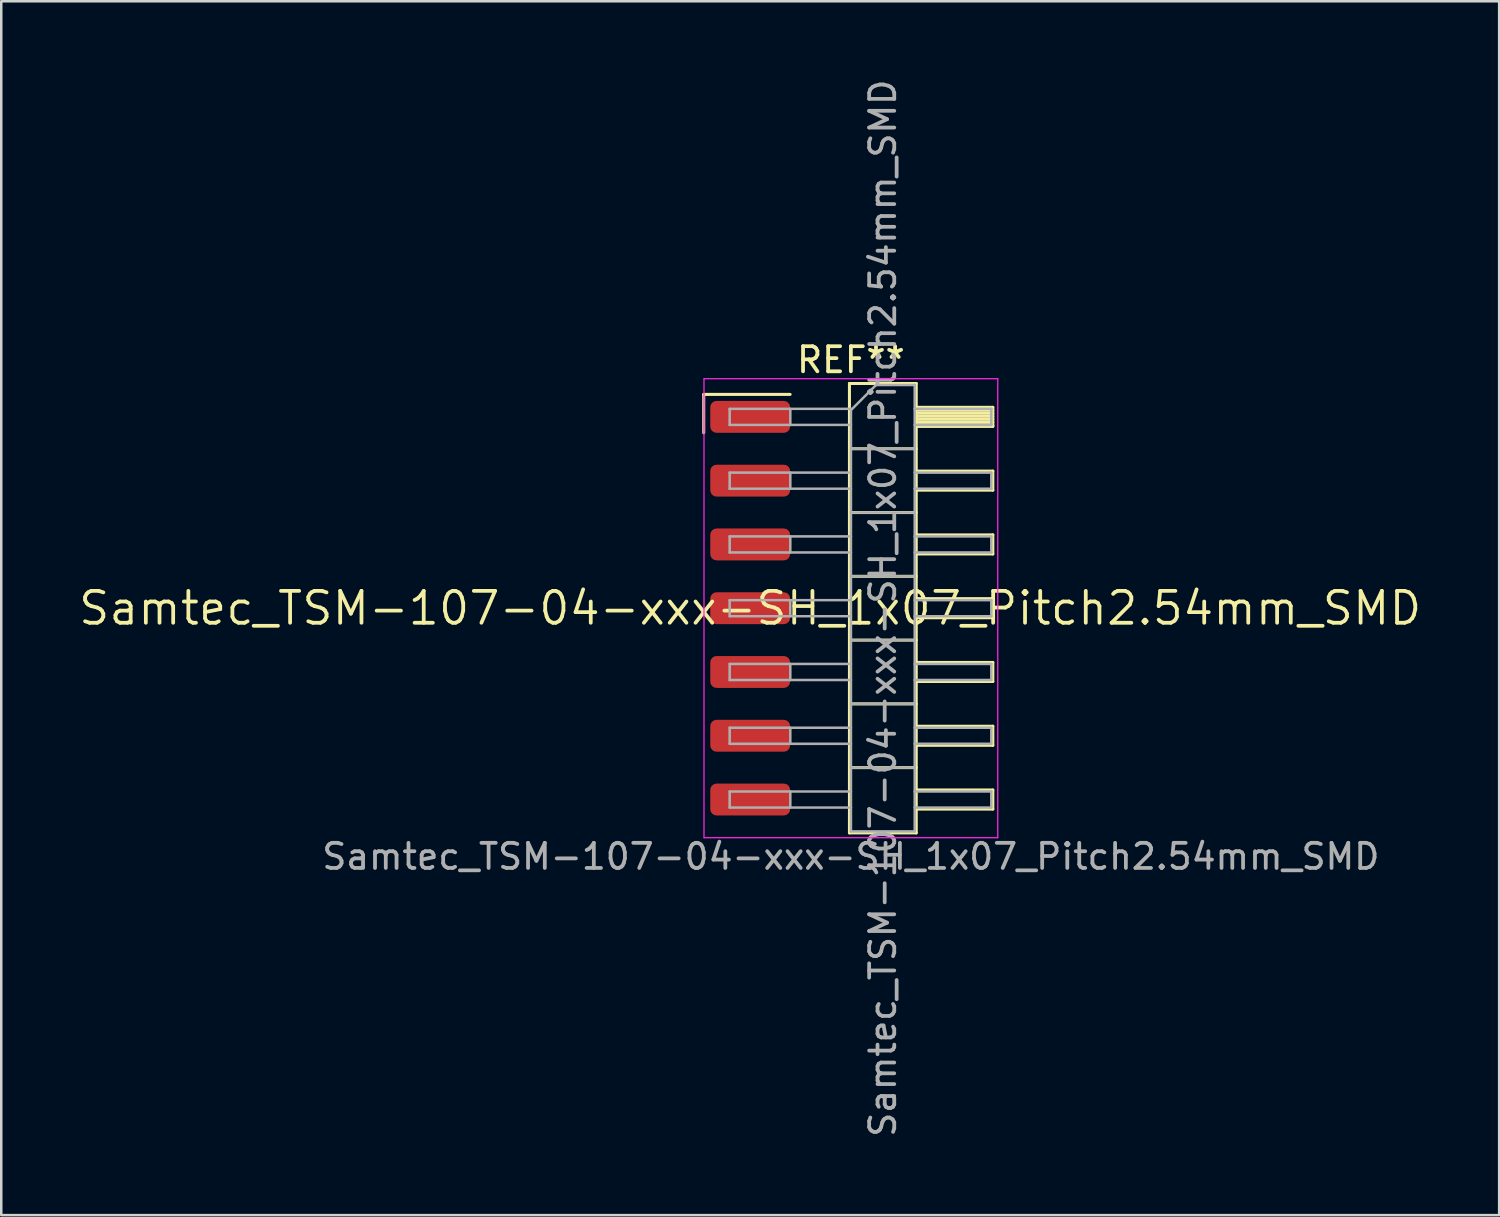
<source format=kicad_pcb>
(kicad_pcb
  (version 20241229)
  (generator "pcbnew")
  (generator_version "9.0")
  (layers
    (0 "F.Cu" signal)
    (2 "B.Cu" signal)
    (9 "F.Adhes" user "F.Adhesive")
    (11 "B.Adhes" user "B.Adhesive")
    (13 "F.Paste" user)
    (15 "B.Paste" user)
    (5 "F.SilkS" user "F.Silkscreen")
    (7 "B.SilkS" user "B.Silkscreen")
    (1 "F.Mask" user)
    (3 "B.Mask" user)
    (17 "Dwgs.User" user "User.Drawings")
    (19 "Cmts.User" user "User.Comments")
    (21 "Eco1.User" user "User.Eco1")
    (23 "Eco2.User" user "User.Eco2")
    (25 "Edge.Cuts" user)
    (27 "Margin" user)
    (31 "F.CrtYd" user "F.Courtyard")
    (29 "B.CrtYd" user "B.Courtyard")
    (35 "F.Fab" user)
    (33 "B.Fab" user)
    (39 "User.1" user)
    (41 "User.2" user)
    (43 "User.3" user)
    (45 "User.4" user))
  (footprint "Samtec_TSM-107-04-xxx-SH_1x07_Pitch2.54mm_SMD"
    (layer "F.Cu")
    (at 26.828 21.173)
    (property "Reference" "Samtec_TSM-107-04-xxx-SH_1x07_Pitch2.54mm_SMD" (at 0 0 0) (layer "F.SilkS") (effects (font (size 1.27 1.27) (thickness 0.15))))
    (attr smd)
    (fp_line (start -1.85 -8.515) (end 1.59 -8.515) (stroke (width 0.12) (type solid)) (layer "F.SilkS"))
    (fp_line (start -1.85 -6.985) (end -1.85 -8.515) (stroke (width 0.12) (type solid)) (layer "F.SilkS"))
    (fp_line (start 3.953 -8.95) (end 6.613 -8.95) (stroke (width 0.12) (type solid)) (layer "F.SilkS"))
    (fp_line (start 3.953 -6.35) (end 6.613 -6.35) (stroke (width 0.12) (type solid)) (layer "F.SilkS"))
    (fp_line (start 3.953 -3.81) (end 6.613 -3.81) (stroke (width 0.12) (type solid)) (layer "F.SilkS"))
    (fp_line (start 3.953 -1.27) (end 6.613 -1.27) (stroke (width 0.12) (type solid)) (layer "F.SilkS"))
    (fp_line (start 3.953 1.27) (end 6.613 1.27) (stroke (width 0.12) (type solid)) (layer "F.SilkS"))
    (fp_line (start 3.953 3.81) (end 6.613 3.81) (stroke (width 0.12) (type solid)) (layer "F.SilkS"))
    (fp_line (start 3.953 6.35) (end 6.613 6.35) (stroke (width 0.12) (type solid)) (layer "F.SilkS"))
    (fp_line (start 3.953 8.95) (end 3.953 -8.95) (stroke (width 0.12) (type solid)) (layer "F.SilkS"))
    (fp_line (start 6.613 -8.95) (end 6.613 8.95) (stroke (width 0.12) (type solid)) (layer "F.SilkS"))
    (fp_line (start 6.613 -8) (end 9.663 -8) (stroke (width 0.12) (type solid)) (layer "F.SilkS"))
    (fp_line (start 6.613 -7.88) (end 9.663 -7.88) (stroke (width 0.12) (type solid)) (layer "F.SilkS"))
    (fp_line (start 6.613 -7.76) (end 9.663 -7.76) (stroke (width 0.12) (type solid)) (layer "F.SilkS"))
    (fp_line (start 6.613 -7.64) (end 9.663 -7.64) (stroke (width 0.12) (type solid)) (layer "F.SilkS"))
    (fp_line (start 6.613 -7.52) (end 9.663 -7.52) (stroke (width 0.12) (type solid)) (layer "F.SilkS"))
    (fp_line (start 6.613 -7.4) (end 9.663 -7.4) (stroke (width 0.12) (type solid)) (layer "F.SilkS"))
    (fp_line (start 6.613 -7.28) (end 9.663 -7.28) (stroke (width 0.12) (type solid)) (layer "F.SilkS"))
    (fp_line (start 6.613 -7.24) (end 9.663 -7.24) (stroke (width 0.12) (type solid)) (layer "F.SilkS"))
    (fp_line (start 6.613 -5.46) (end 9.663 -5.46) (stroke (width 0.12) (type solid)) (layer "F.SilkS"))
    (fp_line (start 6.613 -4.7) (end 9.663 -4.7) (stroke (width 0.12) (type solid)) (layer "F.SilkS"))
    (fp_line (start 6.613 -2.92) (end 9.663 -2.92) (stroke (width 0.12) (type solid)) (layer "F.SilkS"))
    (fp_line (start 6.613 -2.16) (end 9.663 -2.16) (stroke (width 0.12) (type solid)) (layer "F.SilkS"))
    (fp_line (start 6.613 -0.38) (end 9.663 -0.38) (stroke (width 0.12) (type solid)) (layer "F.SilkS"))
    (fp_line (start 6.613 0.38) (end 9.663 0.38) (stroke (width 0.12) (type solid)) (layer "F.SilkS"))
    (fp_line (start 6.613 2.16) (end 9.663 2.16) (stroke (width 0.12) (type solid)) (layer "F.SilkS"))
    (fp_line (start 6.613 2.92) (end 9.663 2.92) (stroke (width 0.12) (type solid)) (layer "F.SilkS"))
    (fp_line (start 6.613 4.7) (end 9.663 4.7) (stroke (width 0.12) (type solid)) (layer "F.SilkS"))
    (fp_line (start 6.613 5.46) (end 9.663 5.46) (stroke (width 0.12) (type solid)) (layer "F.SilkS"))
    (fp_line (start 6.613 7.24) (end 9.663 7.24) (stroke (width 0.12) (type solid)) (layer "F.SilkS"))
    (fp_line (start 6.613 8) (end 9.663 8) (stroke (width 0.12) (type solid)) (layer "F.SilkS"))
    (fp_line (start 6.613 8.95) (end 3.953 8.95) (stroke (width 0.12) (type solid)) (layer "F.SilkS"))
    (fp_line (start 9.663 -8) (end 9.663 -7.24) (stroke (width 0.12) (type solid)) (layer "F.SilkS"))
    (fp_line (start 9.663 -5.46) (end 9.663 -4.7) (stroke (width 0.12) (type solid)) (layer "F.SilkS"))
    (fp_line (start 9.663 -2.92) (end 9.663 -2.16) (stroke (width 0.12) (type solid)) (layer "F.SilkS"))
    (fp_line (start 9.663 -0.38) (end 9.663 0.38) (stroke (width 0.12) (type solid)) (layer "F.SilkS"))
    (fp_line (start 9.663 2.16) (end 9.663 2.92) (stroke (width 0.12) (type solid)) (layer "F.SilkS"))
    (fp_line (start 9.663 4.7) (end 9.663 5.46) (stroke (width 0.12) (type solid)) (layer "F.SilkS"))
    (fp_line (start 9.663 7.24) (end 9.663 8) (stroke (width 0.12) (type solid)) (layer "F.SilkS"))
    (fp_line (start -1.84 -9.14) (end 9.86 -9.14) (stroke (width 0.05) (type solid)) (layer "F.CrtYd"))
    (fp_line (start -1.84 9.14) (end -1.84 -9.14) (stroke (width 0.05) (type solid)) (layer "F.CrtYd"))
    (fp_line (start 9.86 -9.14) (end 9.86 9.14) (stroke (width 0.05) (type solid)) (layer "F.CrtYd"))
    (fp_line (start 9.86 9.14) (end -1.84 9.14) (stroke (width 0.05) (type solid)) (layer "F.CrtYd"))
    (fp_line (start -0.817 -7.94) (end -0.817 -7.3) (stroke (width 0.1) (type solid)) (layer "F.Fab"))
    (fp_line (start -0.817 -7.94) (end 4.013 -7.94) (stroke (width 0.1) (type solid)) (layer "F.Fab"))
    (fp_line (start -0.817 -7.3) (end 4.013 -7.3) (stroke (width 0.1) (type solid)) (layer "F.Fab"))
    (fp_line (start -0.817 -5.4) (end -0.817 -4.76) (stroke (width 0.1) (type solid)) (layer "F.Fab"))
    (fp_line (start -0.817 -5.4) (end 4.013 -5.4) (stroke (width 0.1) (type solid)) (layer "F.Fab"))
    (fp_line (start -0.817 -4.76) (end 4.013 -4.76) (stroke (width 0.1) (type solid)) (layer "F.Fab"))
    (fp_line (start -0.817 -2.86) (end -0.817 -2.22) (stroke (width 0.1) (type solid)) (layer "F.Fab"))
    (fp_line (start -0.817 -2.86) (end 4.013 -2.86) (stroke (width 0.1) (type solid)) (layer "F.Fab"))
    (fp_line (start -0.817 -2.22) (end 4.013 -2.22) (stroke (width 0.1) (type solid)) (layer "F.Fab"))
    (fp_line (start -0.817 -0.32) (end -0.817 0.32) (stroke (width 0.1) (type solid)) (layer "F.Fab"))
    (fp_line (start -0.817 -0.32) (end 4.013 -0.32) (stroke (width 0.1) (type solid)) (layer "F.Fab"))
    (fp_line (start -0.817 0.32) (end 4.013 0.32) (stroke (width 0.1) (type solid)) (layer "F.Fab"))
    (fp_line (start -0.817 2.22) (end -0.817 2.86) (stroke (width 0.1) (type solid)) (layer "F.Fab"))
    (fp_line (start -0.817 2.22) (end 4.013 2.22) (stroke (width 0.1) (type solid)) (layer "F.Fab"))
    (fp_line (start -0.817 2.86) (end 4.013 2.86) (stroke (width 0.1) (type solid)) (layer "F.Fab"))
    (fp_line (start -0.817 4.76) (end -0.817 5.4) (stroke (width 0.1) (type solid)) (layer "F.Fab"))
    (fp_line (start -0.817 4.76) (end 4.013 4.76) (stroke (width 0.1) (type solid)) (layer "F.Fab"))
    (fp_line (start -0.817 5.4) (end 4.013 5.4) (stroke (width 0.1) (type solid)) (layer "F.Fab"))
    (fp_line (start -0.817 7.3) (end -0.817 7.94) (stroke (width 0.1) (type solid)) (layer "F.Fab"))
    (fp_line (start -0.817 7.3) (end 4.013 7.3) (stroke (width 0.1) (type solid)) (layer "F.Fab"))
    (fp_line (start -0.817 7.94) (end 4.013 7.94) (stroke (width 0.1) (type solid)) (layer "F.Fab"))
    (fp_line (start 1.598 -7.94) (end 1.598 -7.3) (stroke (width 0.1) (type solid)) (layer "F.Fab"))
    (fp_line (start 1.598 -5.4) (end 1.598 -4.76) (stroke (width 0.1) (type solid)) (layer "F.Fab"))
    (fp_line (start 1.598 -2.86) (end 1.598 -2.22) (stroke (width 0.1) (type solid)) (layer "F.Fab"))
    (fp_line (start 1.598 -0.32) (end 1.598 0.32) (stroke (width 0.1) (type solid)) (layer "F.Fab"))
    (fp_line (start 1.598 2.22) (end 1.598 2.86) (stroke (width 0.1) (type solid)) (layer "F.Fab"))
    (fp_line (start 1.598 4.76) (end 1.598 5.4) (stroke (width 0.1) (type solid)) (layer "F.Fab"))
    (fp_line (start 1.598 7.3) (end 1.598 7.94) (stroke (width 0.1) (type solid)) (layer "F.Fab"))
    (fp_line (start 4.013 -7.89) (end 5.013 -8.89) (stroke (width 0.1) (type solid)) (layer "F.Fab"))
    (fp_line (start 4.013 -6.35) (end 6.553 -6.35) (stroke (width 0.1) (type solid)) (layer "F.Fab"))
    (fp_line (start 4.013 -3.81) (end 6.553 -3.81) (stroke (width 0.1) (type solid)) (layer "F.Fab"))
    (fp_line (start 4.013 -1.27) (end 6.553 -1.27) (stroke (width 0.1) (type solid)) (layer "F.Fab"))
    (fp_line (start 4.013 1.27) (end 6.553 1.27) (stroke (width 0.1) (type solid)) (layer "F.Fab"))
    (fp_line (start 4.013 3.81) (end 6.553 3.81) (stroke (width 0.1) (type solid)) (layer "F.Fab"))
    (fp_line (start 4.013 6.35) (end 6.553 6.35) (stroke (width 0.1) (type solid)) (layer "F.Fab"))
    (fp_line (start 4.013 8.89) (end 4.013 -7.89) (stroke (width 0.1) (type solid)) (layer "F.Fab"))
    (fp_line (start 5.013 -8.89) (end 6.553 -8.89) (stroke (width 0.1) (type solid)) (layer "F.Fab"))
    (fp_line (start 6.553 -8.89) (end 6.553 8.89) (stroke (width 0.1) (type solid)) (layer "F.Fab"))
    (fp_line (start 6.553 -7.94) (end 9.603 -7.94) (stroke (width 0.1) (type solid)) (layer "F.Fab"))
    (fp_line (start 6.553 -7.3) (end 9.603 -7.3) (stroke (width 0.1) (type solid)) (layer "F.Fab"))
    (fp_line (start 6.553 -5.4) (end 9.603 -5.4) (stroke (width 0.1) (type solid)) (layer "F.Fab"))
    (fp_line (start 6.553 -4.76) (end 9.603 -4.76) (stroke (width 0.1) (type solid)) (layer "F.Fab"))
    (fp_line (start 6.553 -2.86) (end 9.603 -2.86) (stroke (width 0.1) (type solid)) (layer "F.Fab"))
    (fp_line (start 6.553 -2.22) (end 9.603 -2.22) (stroke (width 0.1) (type solid)) (layer "F.Fab"))
    (fp_line (start 6.553 -0.32) (end 9.603 -0.32) (stroke (width 0.1) (type solid)) (layer "F.Fab"))
    (fp_line (start 6.553 0.32) (end 9.603 0.32) (stroke (width 0.1) (type solid)) (layer "F.Fab"))
    (fp_line (start 6.553 2.22) (end 9.603 2.22) (stroke (width 0.1) (type solid)) (layer "F.Fab"))
    (fp_line (start 6.553 2.86) (end 9.603 2.86) (stroke (width 0.1) (type solid)) (layer "F.Fab"))
    (fp_line (start 6.553 4.76) (end 9.603 4.76) (stroke (width 0.1) (type solid)) (layer "F.Fab"))
    (fp_line (start 6.553 5.4) (end 9.603 5.4) (stroke (width 0.1) (type solid)) (layer "F.Fab"))
    (fp_line (start 6.553 7.3) (end 9.603 7.3) (stroke (width 0.1) (type solid)) (layer "F.Fab"))
    (fp_line (start 6.553 7.94) (end 9.603 7.94) (stroke (width 0.1) (type solid)) (layer "F.Fab"))
    (fp_line (start 6.553 8.89) (end 4.013 8.89) (stroke (width 0.1) (type solid)) (layer "F.Fab"))
    (fp_line (start 9.603 -7.94) (end 9.603 -7.3) (stroke (width 0.1) (type solid)) (layer "F.Fab"))
    (fp_line (start 9.603 -5.4) (end 9.603 -4.76) (stroke (width 0.1) (type solid)) (layer "F.Fab"))
    (fp_line (start 9.603 -2.86) (end 9.603 -2.22) (stroke (width 0.1) (type solid)) (layer "F.Fab"))
    (fp_line (start 9.603 -0.32) (end 9.603 0.32) (stroke (width 0.1) (type solid)) (layer "F.Fab"))
    (fp_line (start 9.603 2.22) (end 9.603 2.86) (stroke (width 0.1) (type solid)) (layer "F.Fab"))
    (fp_line (start 9.603 4.76) (end 9.603 5.4) (stroke (width 0.1) (type solid)) (layer "F.Fab"))
    (fp_line (start 9.603 7.3) (end 9.603 7.94) (stroke (width 0.1) (type solid)) (layer "F.Fab"))
    (fp_text user "REF**" (at 4.01 -9.89 0) (layer "F.SilkS") (effects (font (size 1 1) (thickness 0.15))))
    (fp_text user "${REFERENCE}" (at 5.283 0 90) (layer "F.Fab") (effects (font (size 1 1) (thickness 0.15))))
    (fp_text user "Samtec_TSM-107-04-xxx-SH_1x07_Pitch2.54mm_SMD" (at 4.01 9.89 0) (layer "F.Fab") (effects (font (size 1 1) (thickness 0.15))))
    (pad "1" smd roundrect (at 0 -7.62) (size 3.18 1.27) (layers "F.Cu" "F.Mask" "F.Paste") (roundrect_rratio 0.197))
    (pad "2" smd roundrect (at 0 -5.08) (size 3.18 1.27) (layers "F.Cu" "F.Mask" "F.Paste") (roundrect_rratio 0.197))
    (pad "3" smd roundrect (at 0 -2.54) (size 3.18 1.27) (layers "F.Cu" "F.Mask" "F.Paste") (roundrect_rratio 0.197))
    (pad "4" smd roundrect (at 0 0) (size 3.18 1.27) (layers "F.Cu" "F.Mask" "F.Paste") (roundrect_rratio 0.197))
    (pad "5" smd roundrect (at 0 2.54) (size 3.18 1.27) (layers "F.Cu" "F.Mask" "F.Paste") (roundrect_rratio 0.197))
    (pad "6" smd roundrect (at 0 5.08) (size 3.18 1.27) (layers "F.Cu" "F.Mask" "F.Paste") (roundrect_rratio 0.197))
    (pad "7" smd roundrect (at 0 7.62) (size 3.18 1.27) (layers "F.Cu" "F.Mask" "F.Paste") (roundrect_rratio 0.197)))
  (gr_rect
    (start -3 -3)
    (end 56.657 45.345)
    (stroke (width 0.1) (type default))
    (fill no)
    (layer "Edge.Cuts")))
</source>
